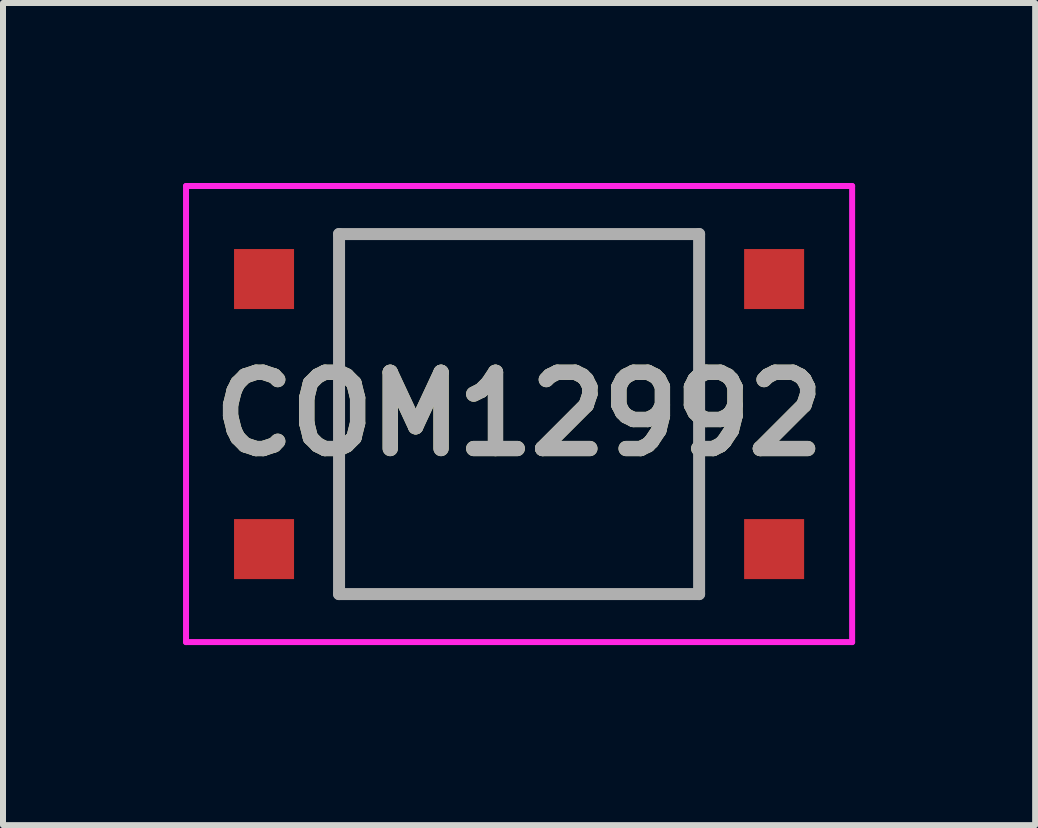
<source format=kicad_pcb>
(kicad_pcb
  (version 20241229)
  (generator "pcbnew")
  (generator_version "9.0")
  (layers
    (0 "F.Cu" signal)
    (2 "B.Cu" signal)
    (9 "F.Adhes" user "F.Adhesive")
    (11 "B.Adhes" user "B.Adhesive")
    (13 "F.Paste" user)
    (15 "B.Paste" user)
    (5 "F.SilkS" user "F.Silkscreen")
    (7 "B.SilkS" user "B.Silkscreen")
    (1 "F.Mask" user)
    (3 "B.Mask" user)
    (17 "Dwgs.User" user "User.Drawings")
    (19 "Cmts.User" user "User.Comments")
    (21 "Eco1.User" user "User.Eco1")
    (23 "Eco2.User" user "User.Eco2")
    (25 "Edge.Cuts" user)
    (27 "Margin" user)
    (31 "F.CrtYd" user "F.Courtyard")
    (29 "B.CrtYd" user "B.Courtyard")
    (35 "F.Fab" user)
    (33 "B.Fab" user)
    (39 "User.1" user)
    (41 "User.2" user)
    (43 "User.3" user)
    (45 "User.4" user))
  (footprint "COM12992"
    (layer "F.Cu")
    (at 5.6 3.85)
    (property "Reference" "COM12992" (at 0 0 0) (layer "F.SilkS") (effects (font (size 1.27 1.27) (thickness 0.254))))
    (attr smd)
    (fp_line (start -3 -3) (end 3 -3) (stroke (width 0.1) (type solid)) (layer "F.SilkS"))
    (fp_line (start -3 3) (end -3 -3) (stroke (width 0.1) (type solid)) (layer "F.SilkS"))
    (fp_line (start 3 -3) (end 3 3) (stroke (width 0.1) (type solid)) (layer "F.SilkS"))
    (fp_line (start 3 3) (end -3 3) (stroke (width 0.1) (type solid)) (layer "F.SilkS"))
    (fp_line (start -5.55 -3.8) (end 5.55 -3.8) (stroke (width 0.1) (type solid)) (layer "F.CrtYd"))
    (fp_line (start -5.55 3.8) (end -5.55 -3.8) (stroke (width 0.1) (type solid)) (layer "F.CrtYd"))
    (fp_line (start 5.55 -3.8) (end 5.55 3.8) (stroke (width 0.1) (type solid)) (layer "F.CrtYd"))
    (fp_line (start 5.55 3.8) (end -5.55 3.8) (stroke (width 0.1) (type solid)) (layer "F.CrtYd"))
    (fp_line (start -3 -3) (end 3 -3) (stroke (width 0.2) (type solid)) (layer "F.Fab"))
    (fp_line (start -3 3) (end -3 -3) (stroke (width 0.2) (type solid)) (layer "F.Fab"))
    (fp_line (start 3 -3) (end 3 3) (stroke (width 0.2) (type solid)) (layer "F.Fab"))
    (fp_line (start 3 3) (end -3 3) (stroke (width 0.2) (type solid)) (layer "F.Fab"))
    (fp_text user "${REFERENCE}" (at 0 0 0) (layer "F.Fab") (effects (font (size 1.27 1.27) (thickness 0.254))))
    (pad "A1" smd rect (at -4.25 -2.25 90) (size 1 1) (layers "F.Cu" "F.Mask" "F.Paste"))
    (pad "B1" smd rect (at 4.25 -2.25 90) (size 1 1) (layers "F.Cu" "F.Mask" "F.Paste"))
    (pad "C1" smd rect (at -4.25 2.25 90) (size 1 1) (layers "F.Cu" "F.Mask" "F.Paste"))
    (pad "D1" smd rect (at 4.25 2.25 90) (size 1 1) (layers "F.Cu" "F.Mask" "F.Paste")))
  (gr_rect
    (start -3 -3)
    (end 14.2 10.7)
    (stroke (width 0.1) (type default))
    (fill no)
    (layer "Edge.Cuts")))
</source>
